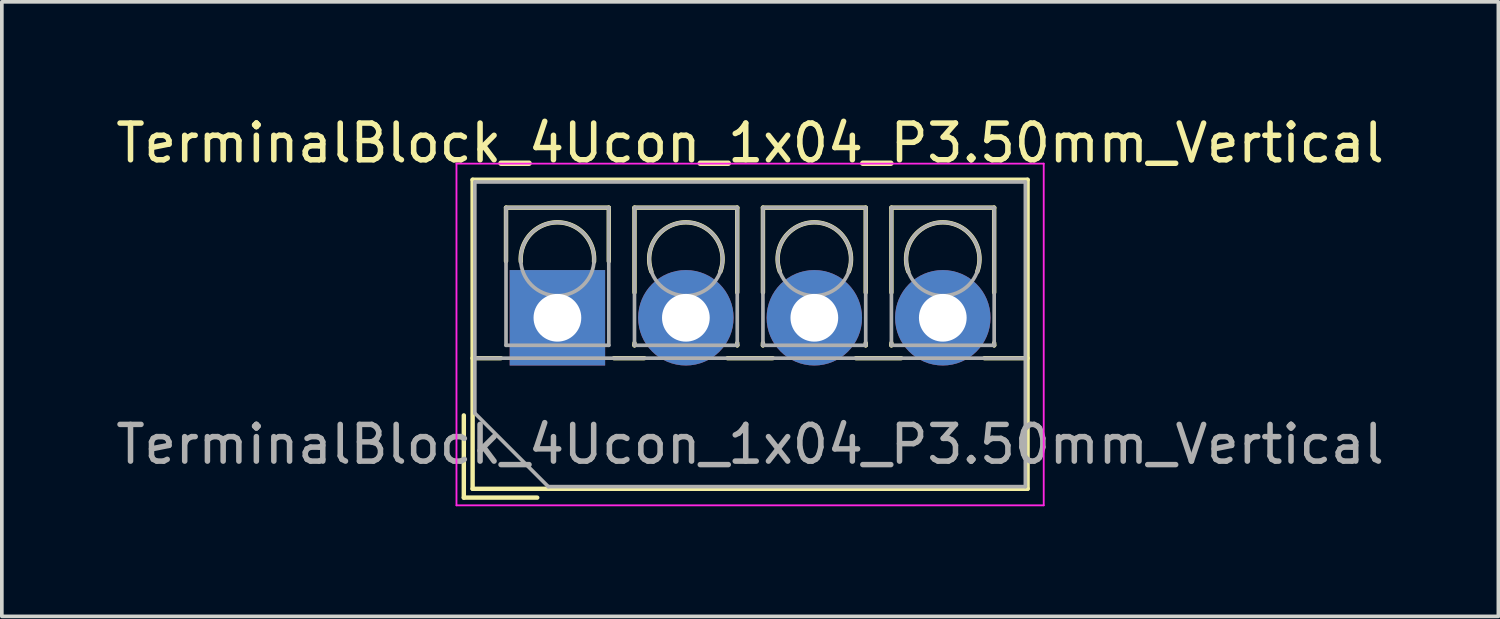
<source format=kicad_pcb>
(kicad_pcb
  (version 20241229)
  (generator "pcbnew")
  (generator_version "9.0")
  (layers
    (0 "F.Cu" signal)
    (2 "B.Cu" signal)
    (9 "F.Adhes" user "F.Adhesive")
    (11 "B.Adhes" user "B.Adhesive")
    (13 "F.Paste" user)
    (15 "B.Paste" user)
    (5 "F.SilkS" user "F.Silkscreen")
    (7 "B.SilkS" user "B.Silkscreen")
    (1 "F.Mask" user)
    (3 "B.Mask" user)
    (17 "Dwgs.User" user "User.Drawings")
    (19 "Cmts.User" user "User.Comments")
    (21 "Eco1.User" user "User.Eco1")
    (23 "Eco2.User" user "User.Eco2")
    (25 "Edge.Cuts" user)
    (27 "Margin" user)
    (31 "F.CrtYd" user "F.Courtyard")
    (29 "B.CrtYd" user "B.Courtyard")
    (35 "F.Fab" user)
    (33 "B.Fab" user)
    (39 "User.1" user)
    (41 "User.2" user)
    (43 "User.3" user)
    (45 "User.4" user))
  (footprint "TerminalBlock_4Ucon_1x04_P3.50mm_Vertical"
    (layer "F.Cu")
    (at 12.137 5.608)
    (property "Reference" "TerminalBlock_4Ucon_1x04_P3.50mm_Vertical" (at 5.25 -4.76 0) (layer "F.SilkS") (effects (font (size 1 1) (thickness 0.15))))
    (attr through_hole)
    (fp_line (start -2.55 2.66) (end -2.55 4.9) (stroke (width 0.12) (type solid)) (layer "F.SilkS"))
    (fp_line (start -2.55 4.9) (end -0.55 4.9) (stroke (width 0.12) (type solid)) (layer "F.SilkS"))
    (fp_line (start -2.31 -3.76) (end -2.31 4.66) (stroke (width 0.12) (type solid)) (layer "F.SilkS"))
    (fp_line (start -2.31 -3.76) (end 12.81 -3.76) (stroke (width 0.12) (type solid)) (layer "F.SilkS"))
    (fp_line (start -2.31 1.101) (end -1.54 1.101) (stroke (width 0.12) (type solid)) (layer "F.SilkS"))
    (fp_line (start -2.31 4.66) (end 12.81 4.66) (stroke (width 0.12) (type solid)) (layer "F.SilkS"))
    (fp_line (start -1.4 -3) (end -1.4 -1.54) (stroke (width 0.12) (type solid)) (layer "F.SilkS"))
    (fp_line (start -1.4 -3) (end 1.4 -3) (stroke (width 0.12) (type solid)) (layer "F.SilkS"))
    (fp_line (start 1.4 -3) (end 1.4 -1.54) (stroke (width 0.12) (type solid)) (layer "F.SilkS"))
    (fp_line (start 1.54 1.101) (end 2.367 1.101) (stroke (width 0.12) (type solid)) (layer "F.SilkS"))
    (fp_line (start 2.1 -3) (end 2.1 -0.689) (stroke (width 0.12) (type solid)) (layer "F.SilkS"))
    (fp_line (start 2.1 -3) (end 4.9 -3) (stroke (width 0.12) (type solid)) (layer "F.SilkS"))
    (fp_line (start 2.1 0.689) (end 2.1 0.75) (stroke (width 0.12) (type solid)) (layer "F.SilkS"))
    (fp_line (start 2.1 0.75) (end 2.101 0.75) (stroke (width 0.12) (type solid)) (layer "F.SilkS"))
    (fp_line (start 4.634 1.101) (end 5.867 1.101) (stroke (width 0.12) (type solid)) (layer "F.SilkS"))
    (fp_line (start 4.9 -3) (end 4.9 -0.689) (stroke (width 0.12) (type solid)) (layer "F.SilkS"))
    (fp_line (start 4.9 0.689) (end 4.9 0.75) (stroke (width 0.12) (type solid)) (layer "F.SilkS"))
    (fp_line (start 4.9 0.75) (end 4.9 0.75) (stroke (width 0.12) (type solid)) (layer "F.SilkS"))
    (fp_line (start 5.6 -3) (end 5.6 -0.689) (stroke (width 0.12) (type solid)) (layer "F.SilkS"))
    (fp_line (start 5.6 -3) (end 8.4 -3) (stroke (width 0.12) (type solid)) (layer "F.SilkS"))
    (fp_line (start 5.6 0.689) (end 5.6 0.75) (stroke (width 0.12) (type solid)) (layer "F.SilkS"))
    (fp_line (start 5.6 0.75) (end 5.601 0.75) (stroke (width 0.12) (type solid)) (layer "F.SilkS"))
    (fp_line (start 8.134 1.101) (end 9.367 1.101) (stroke (width 0.12) (type solid)) (layer "F.SilkS"))
    (fp_line (start 8.4 -3) (end 8.4 -0.689) (stroke (width 0.12) (type solid)) (layer "F.SilkS"))
    (fp_line (start 8.4 0.689) (end 8.4 0.75) (stroke (width 0.12) (type solid)) (layer "F.SilkS"))
    (fp_line (start 8.4 0.75) (end 8.4 0.75) (stroke (width 0.12) (type solid)) (layer "F.SilkS"))
    (fp_line (start 9.1 -3) (end 9.1 -0.689) (stroke (width 0.12) (type solid)) (layer "F.SilkS"))
    (fp_line (start 9.1 -3) (end 11.9 -3) (stroke (width 0.12) (type solid)) (layer "F.SilkS"))
    (fp_line (start 9.1 0.689) (end 9.1 0.75) (stroke (width 0.12) (type solid)) (layer "F.SilkS"))
    (fp_line (start 9.1 0.75) (end 9.101 0.75) (stroke (width 0.12) (type solid)) (layer "F.SilkS"))
    (fp_line (start 11.634 1.101) (end 12.81 1.101) (stroke (width 0.12) (type solid)) (layer "F.SilkS"))
    (fp_line (start 11.9 -3) (end 11.9 -0.689) (stroke (width 0.12) (type solid)) (layer "F.SilkS"))
    (fp_line (start 11.9 0.689) (end 11.9 0.75) (stroke (width 0.12) (type solid)) (layer "F.SilkS"))
    (fp_line (start 11.9 0.75) (end 11.9 0.75) (stroke (width 0.12) (type solid)) (layer "F.SilkS"))
    (fp_line (start 12.81 -3.76) (end 12.81 4.66) (stroke (width 0.12) (type solid)) (layer "F.SilkS"))
    (fp_arc (start -0.99789 -1.529434) (mid -0.000785 -2.600382) (end 0.998 -1.531) (stroke (width 0.12) (type solid)) (layer "F.SilkS"))
    (fp_arc (start 2.560085 -1.257767) (mid 3.499876 -2.600282) (end 4.44 -1.258) (stroke (width 0.12) (type solid)) (layer "F.SilkS"))
    (fp_arc (start 6.060085 -1.257767) (mid 6.999876 -2.600282) (end 7.94 -1.258) (stroke (width 0.12) (type solid)) (layer "F.SilkS"))
    (fp_arc (start 9.560085 -1.257767) (mid 10.499876 -2.600282) (end 11.44 -1.258) (stroke (width 0.12) (type solid)) (layer "F.SilkS"))
    (fp_line (start -2.75 -4.2) (end -2.75 5.11) (stroke (width 0.05) (type solid)) (layer "F.CrtYd"))
    (fp_line (start -2.75 5.11) (end 13.25 5.11) (stroke (width 0.05) (type solid)) (layer "F.CrtYd"))
    (fp_line (start 13.25 -4.2) (end -2.75 -4.2) (stroke (width 0.05) (type solid)) (layer "F.CrtYd"))
    (fp_line (start 13.25 5.11) (end 13.25 -4.2) (stroke (width 0.05) (type solid)) (layer "F.CrtYd"))
    (fp_line (start -2.25 -3.7) (end 12.75 -3.7) (stroke (width 0.1) (type solid)) (layer "F.Fab"))
    (fp_line (start -2.25 1.1) (end 12.75 1.1) (stroke (width 0.1) (type solid)) (layer "F.Fab"))
    (fp_line (start -2.25 2.6) (end -2.25 -3.7) (stroke (width 0.1) (type solid)) (layer "F.Fab"))
    (fp_line (start -1.4 -3) (end -1.4 0.75) (stroke (width 0.1) (type solid)) (layer "F.Fab"))
    (fp_line (start -1.4 0.75) (end 1.4 0.75) (stroke (width 0.1) (type solid)) (layer "F.Fab"))
    (fp_line (start -0.25 4.6) (end -2.25 2.6) (stroke (width 0.1) (type solid)) (layer "F.Fab"))
    (fp_line (start 1.4 -3) (end -1.4 -3) (stroke (width 0.1) (type solid)) (layer "F.Fab"))
    (fp_line (start 1.4 0.75) (end 1.4 -3) (stroke (width 0.1) (type solid)) (layer "F.Fab"))
    (fp_line (start 2.1 -3) (end 2.1 0.75) (stroke (width 0.1) (type solid)) (layer "F.Fab"))
    (fp_line (start 2.1 0.75) (end 4.9 0.75) (stroke (width 0.1) (type solid)) (layer "F.Fab"))
    (fp_line (start 4.9 -3) (end 2.1 -3) (stroke (width 0.1) (type solid)) (layer "F.Fab"))
    (fp_line (start 4.9 0.75) (end 4.9 -3) (stroke (width 0.1) (type solid)) (layer "F.Fab"))
    (fp_line (start 5.6 -3) (end 5.6 0.75) (stroke (width 0.1) (type solid)) (layer "F.Fab"))
    (fp_line (start 5.6 0.75) (end 8.4 0.75) (stroke (width 0.1) (type solid)) (layer "F.Fab"))
    (fp_line (start 8.4 -3) (end 5.6 -3) (stroke (width 0.1) (type solid)) (layer "F.Fab"))
    (fp_line (start 8.4 0.75) (end 8.4 -3) (stroke (width 0.1) (type solid)) (layer "F.Fab"))
    (fp_line (start 9.1 -3) (end 9.1 0.75) (stroke (width 0.1) (type solid)) (layer "F.Fab"))
    (fp_line (start 9.1 0.75) (end 11.9 0.75) (stroke (width 0.1) (type solid)) (layer "F.Fab"))
    (fp_line (start 11.9 -3) (end 9.1 -3) (stroke (width 0.1) (type solid)) (layer "F.Fab"))
    (fp_line (start 11.9 0.75) (end 11.9 -3) (stroke (width 0.1) (type solid)) (layer "F.Fab"))
    (fp_line (start 12.75 -3.7) (end 12.75 4.6) (stroke (width 0.1) (type solid)) (layer "F.Fab"))
    (fp_line (start 12.75 4.6) (end -0.25 4.6) (stroke (width 0.1) (type solid)) (layer "F.Fab"))
    (fp_circle (center 0 -1.6) (end 1 -1.6) (stroke (width 0.1) (type solid)) (fill no) (layer "F.Fab"))
    (fp_circle (center 3.5 -1.6) (end 4.5 -1.6) (stroke (width 0.1) (type solid)) (fill no) (layer "F.Fab"))
    (fp_circle (center 7 -1.6) (end 8 -1.6) (stroke (width 0.1) (type solid)) (fill no) (layer "F.Fab"))
    (fp_circle (center 10.5 -1.6) (end 11.5 -1.6) (stroke (width 0.1) (type solid)) (fill no) (layer "F.Fab"))
    (fp_text user "${REFERENCE}" (at 5.25 3.45 0) (layer "F.Fab") (effects (font (size 1 1) (thickness 0.15))))
    (pad "1" thru_hole rect (at 0 0) (size 2.6 2.6) (drill 1.3) (layers "*.Cu" "*.Mask"))
    (pad "2" thru_hole circle (at 3.5 0) (size 2.6 2.6) (drill 1.3) (layers "*.Cu" "*.Mask"))
    (pad "3" thru_hole circle (at 7 0) (size 2.6 2.6) (drill 1.3) (layers "*.Cu" "*.Mask"))
    (pad "4" thru_hole circle (at 10.5 0) (size 2.6 2.6) (drill 1.3) (layers "*.Cu" "*.Mask")))
  (gr_rect
    (start -3 -3)
    (end 37.774 13.743)
    (stroke (width 0.1) (type default))
    (fill no)
    (layer "Edge.Cuts")))
</source>
